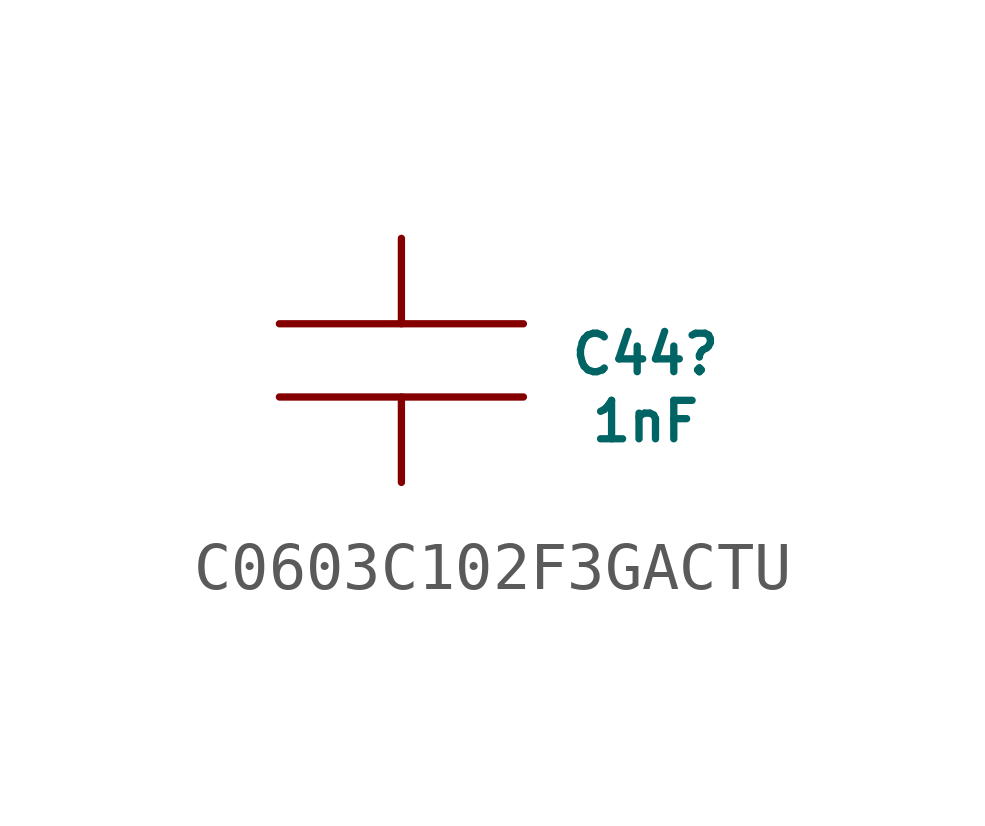
<source format=kicad_sym>
(kicad_symbol_lib
  (version 20220914)
  (generator kicad_symbol_editor)
  (symbol "C0603C102F3GACTU"
    (pin_numbers hide)
    (pin_names
      (offset 1.016) hide)
    (property "Reference" "C44"
      (at 5.08 -2.413 0)
      (do_not_autoplace)
      (effects (font (size 0.8 0.8))))
    (property "Value" "1nF"
      (at 5.08 -3.81 0)
      (do_not_autoplace)
      (effects (font (size 0.8 0.8))))
    (symbol "C0603C102F3GACTU_1_1"
      (polyline (pts (xy 2.54 -3.302) (xy -2.54 -3.302)) (stroke (width 0) (type solid)) (fill (type none)))
      (polyline (pts (xy 2.54 -1.778) (xy -2.54 -1.778)) (stroke (width 0) (type solid)) (fill (type none)))
      (pin passive line (at 0 0 270) (length 1.778) (name "1" (effects (font (size 0 0)))) (number "1" (effects (font (size 1.016 1.016)))))
      (pin passive line (at 0 -5.08 90) (length 1.778) (name "2" (effects (font (size 0 0)))) (number "2" (effects (font (size 1.016 1.016))))))))
</source>
